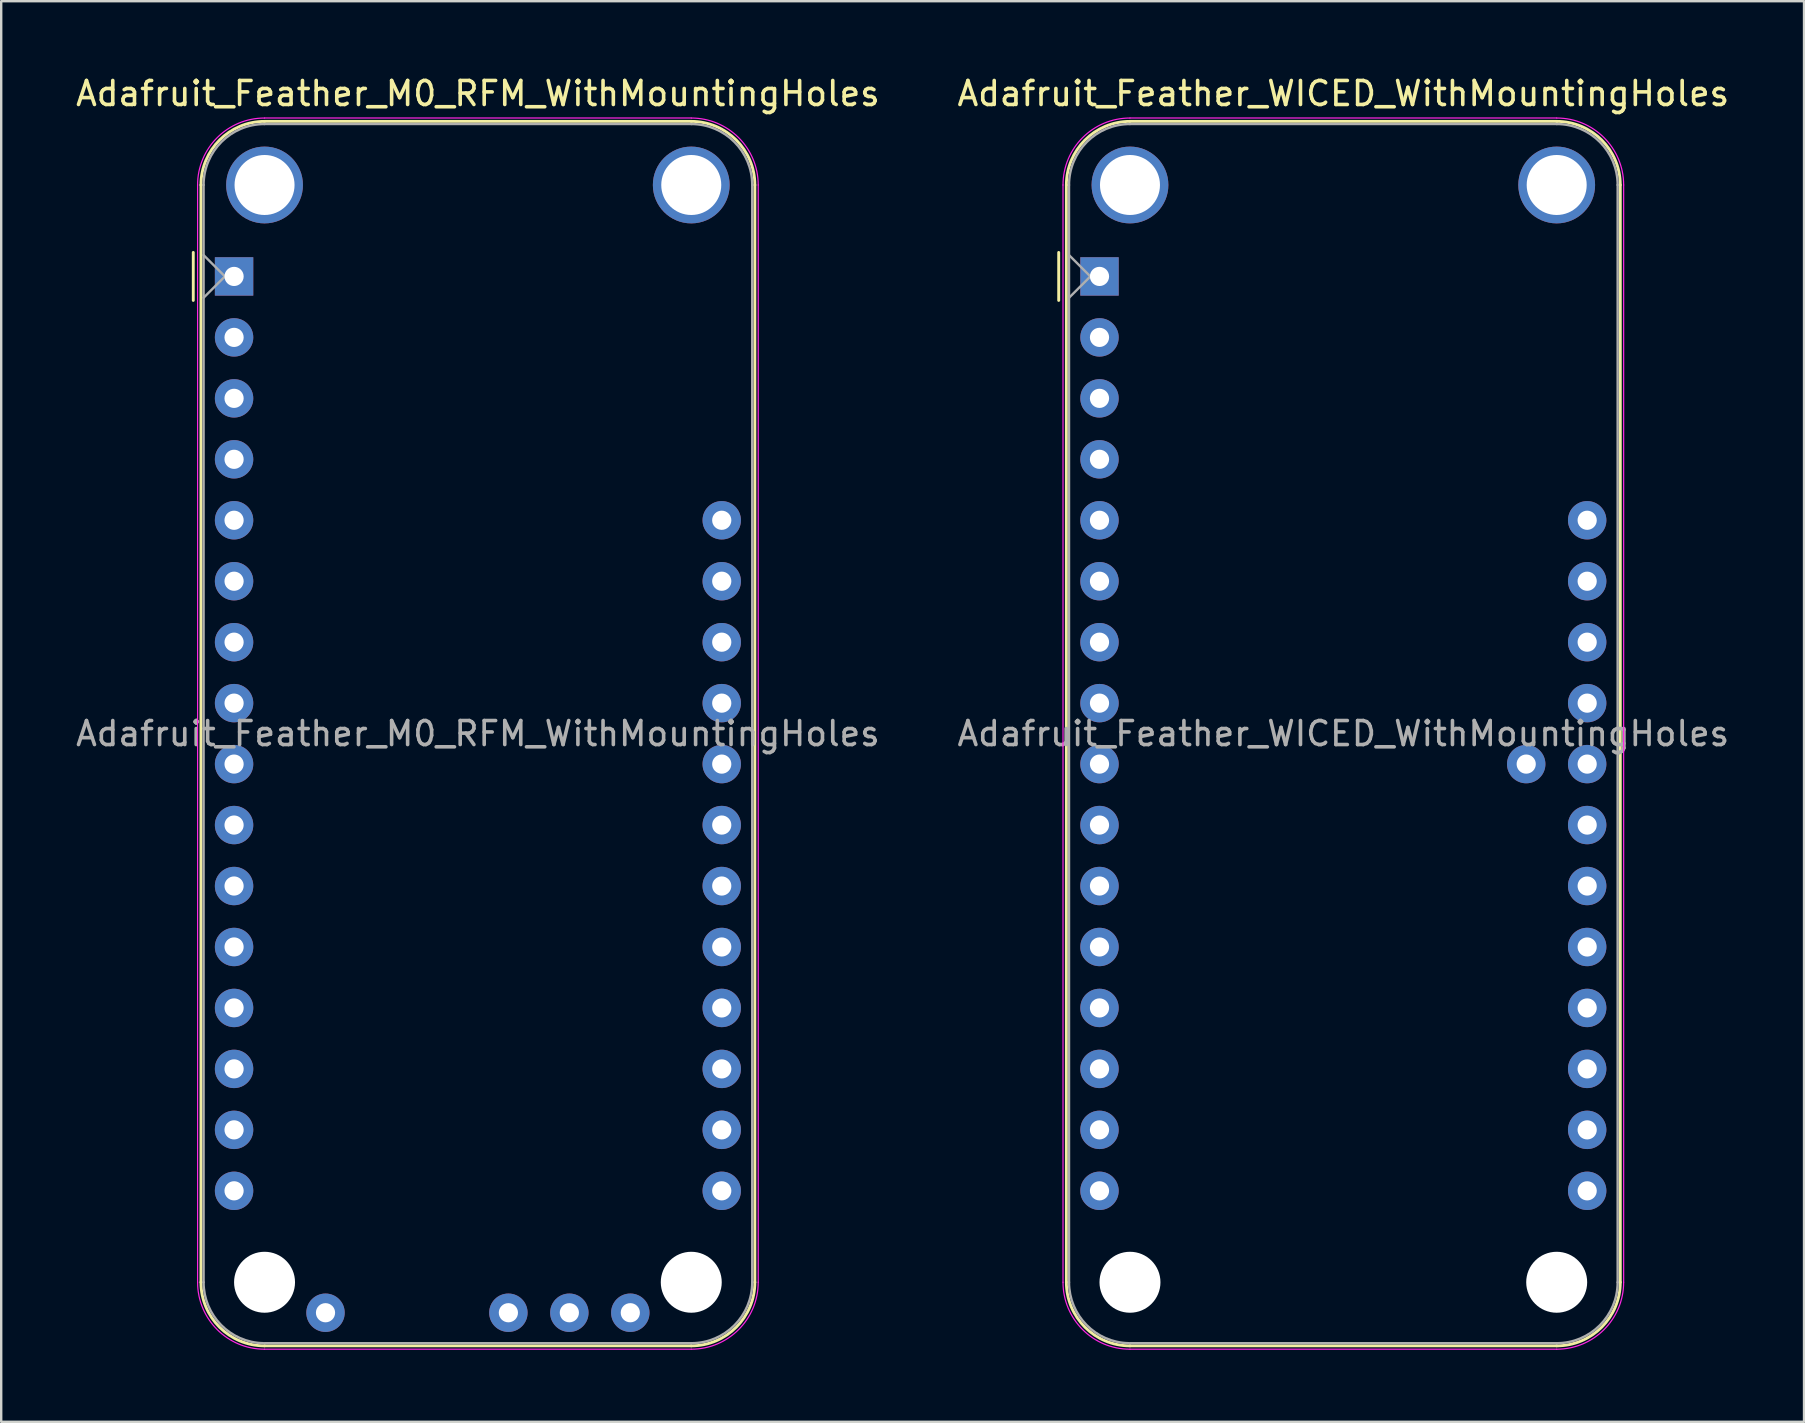
<source format=kicad_pcb>
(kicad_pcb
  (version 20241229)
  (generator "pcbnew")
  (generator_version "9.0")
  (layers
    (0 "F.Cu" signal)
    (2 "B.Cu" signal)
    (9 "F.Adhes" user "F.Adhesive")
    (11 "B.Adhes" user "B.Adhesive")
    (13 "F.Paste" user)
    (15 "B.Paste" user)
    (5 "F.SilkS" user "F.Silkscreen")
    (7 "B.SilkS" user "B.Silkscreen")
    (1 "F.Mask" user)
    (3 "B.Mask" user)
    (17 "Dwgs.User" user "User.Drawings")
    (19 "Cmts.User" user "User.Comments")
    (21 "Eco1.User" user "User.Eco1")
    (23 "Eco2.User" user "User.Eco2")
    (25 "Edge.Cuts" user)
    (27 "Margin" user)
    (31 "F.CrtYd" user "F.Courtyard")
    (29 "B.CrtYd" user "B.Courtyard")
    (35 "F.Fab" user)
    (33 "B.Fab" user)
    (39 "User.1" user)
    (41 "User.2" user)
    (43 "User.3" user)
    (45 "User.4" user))
  (footprint "Adafruit_Feather_WICED_WithMountingHoles"
    (layer "F.Cu")
    (at 42.763 8.468)
    (property "Reference" "Adafruit_Feather_WICED_WithMountingHoles" (at 10.16 -7.62 0) (layer "F.SilkS") (effects (font (size 1 1) (thickness 0.15))))
    (attr through_hole)
    (fp_line (start -1.7 1) (end -1.7 -1) (stroke (width 0.12) (type solid)) (layer "F.SilkS"))
    (fp_line (start -1.38 -3.81) (end -1.38 41.91) (stroke (width 0.12) (type solid)) (layer "F.SilkS"))
    (fp_line (start 19.05 -6.46) (end 1.27 -6.46) (stroke (width 0.12) (type solid)) (layer "F.SilkS"))
    (fp_line (start 19.05 44.56) (end 1.27 44.56) (stroke (width 0.12) (type solid)) (layer "F.SilkS"))
    (fp_line (start 21.7 -3.81) (end 21.7 41.91) (stroke (width 0.12) (type solid)) (layer "F.SilkS"))
    (fp_arc (start -1.38 -3.81) (mid -0.603833 -5.683833) (end 1.27 -6.46) (stroke (width 0.12) (type solid)) (layer "F.SilkS"))
    (fp_arc (start 1.27 44.56) (mid -0.603833 43.783833) (end -1.38 41.91) (stroke (width 0.12) (type solid)) (layer "F.SilkS"))
    (fp_arc (start 19.05 -6.46) (mid 20.923833 -5.683833) (end 21.7 -3.81) (stroke (width 0.12) (type solid)) (layer "F.SilkS"))
    (fp_arc (start 21.7 41.91) (mid 20.923833 43.783833) (end 19.05 44.56) (stroke (width 0.12) (type solid)) (layer "F.SilkS"))
    (fp_line (start -1.52 41.91) (end -1.52 -3.81) (stroke (width 0.05) (type solid)) (layer "F.CrtYd"))
    (fp_line (start 19.05 -6.6) (end 1.27 -6.6) (stroke (width 0.05) (type solid)) (layer "F.CrtYd"))
    (fp_line (start 19.05 44.7) (end 1.27 44.7) (stroke (width 0.05) (type solid)) (layer "F.CrtYd"))
    (fp_line (start 21.84 41.91) (end 21.84 -3.81) (stroke (width 0.05) (type solid)) (layer "F.CrtYd"))
    (fp_arc (start -1.52 -3.81) (mid -0.702828 -5.782828) (end 1.27 -6.6) (stroke (width 0.05) (type solid)) (layer "F.CrtYd"))
    (fp_arc (start 1.27 44.7) (mid -0.702828 43.882828) (end -1.52 41.91) (stroke (width 0.05) (type solid)) (layer "F.CrtYd"))
    (fp_arc (start 19.05 -6.6) (mid 21.022828 -5.782828) (end 21.84 -3.81) (stroke (width 0.05) (type solid)) (layer "F.CrtYd"))
    (fp_arc (start 21.84 41.91) (mid 21.022828 43.882828) (end 19.05 44.7) (stroke (width 0.05) (type solid)) (layer "F.CrtYd"))
    (fp_line (start -1.27 -3.81) (end -1.27 41.91) (stroke (width 0.1) (type solid)) (layer "F.Fab"))
    (fp_line (start -1.27 -0.889) (end -0.381 0) (stroke (width 0.1) (type solid)) (layer "F.Fab"))
    (fp_line (start -0.381 0) (end -1.27 0.889) (stroke (width 0.1) (type solid)) (layer "F.Fab"))
    (fp_line (start 1.27 44.45) (end 19.05 44.45) (stroke (width 0.1) (type solid)) (layer "F.Fab"))
    (fp_line (start 19.05 -6.35) (end 1.27 -6.35) (stroke (width 0.1) (type solid)) (layer "F.Fab"))
    (fp_line (start 21.59 41.91) (end 21.59 -3.81) (stroke (width 0.1) (type solid)) (layer "F.Fab"))
    (fp_arc (start -1.27 -3.81) (mid -0.526051 -5.606051) (end 1.27 -6.35) (stroke (width 0.1) (type solid)) (layer "F.Fab"))
    (fp_arc (start 1.221238 44.449532) (mid -0.543209 43.688728) (end -1.27 41.91) (stroke (width 0.1) (type solid)) (layer "F.Fab"))
    (fp_arc (start 19.05 -6.35) (mid 20.846051 -5.606051) (end 21.59 -3.81) (stroke (width 0.1) (type solid)) (layer "F.Fab"))
    (fp_arc (start 21.59 41.91) (mid 20.846051 43.706051) (end 19.05 44.45) (stroke (width 0.1) (type solid)) (layer "F.Fab"))
    (fp_text user "${REFERENCE}" (at 10.16 19.05 180) (layer "F.Fab") (effects (font (size 1 1) (thickness 0.15))))
    (pad "" np_thru_hole circle (at 1.27 -3.81 270) (size 3.2 3.2) (drill 2.5) (layers "*.Cu" "*.Mask"))
    (pad "" np_thru_hole circle (at 1.27 41.91 270) (size 2.54 2.54) (drill 2.54) (layers "*.Cu" "*.Mask"))
    (pad "" np_thru_hole circle (at 19.05 -3.81 270) (size 3.2 3.2) (drill 2.5) (layers "*.Cu" "*.Mask"))
    (pad "" np_thru_hole circle (at 19.05 41.91 270) (size 2.54 2.54) (drill 2.54) (layers "*.Cu" "*.Mask"))
    (pad "1" thru_hole rect (at 0 0 180) (size 1.6 1.6) (drill 0.8) (layers "*.Cu" "*.Mask"))
    (pad "2" thru_hole circle (at 0 2.54 180) (size 1.6 1.6) (drill 0.8) (layers "*.Cu" "*.Mask"))
    (pad "3" thru_hole circle (at 0 5.08 180) (size 1.6 1.6) (drill 0.8) (layers "*.Cu" "*.Mask"))
    (pad "4" thru_hole circle (at 0 7.62 180) (size 1.6 1.6) (drill 0.8) (layers "*.Cu" "*.Mask"))
    (pad "5" thru_hole circle (at 0 10.16 180) (size 1.6 1.6) (drill 0.8) (layers "*.Cu" "*.Mask"))
    (pad "6" thru_hole circle (at 0 12.7 180) (size 1.6 1.6) (drill 0.8) (layers "*.Cu" "*.Mask"))
    (pad "7" thru_hole circle (at 0 15.24 180) (size 1.6 1.6) (drill 0.8) (layers "*.Cu" "*.Mask"))
    (pad "8" thru_hole circle (at 0 17.78 180) (size 1.6 1.6) (drill 0.8) (layers "*.Cu" "*.Mask"))
    (pad "9" thru_hole circle (at 0 20.32 180) (size 1.6 1.6) (drill 0.8) (layers "*.Cu" "*.Mask"))
    (pad "10" thru_hole circle (at 0 22.86 180) (size 1.6 1.6) (drill 0.8) (layers "*.Cu" "*.Mask"))
    (pad "11" thru_hole circle (at 0 25.4 180) (size 1.6 1.6) (drill 0.8) (layers "*.Cu" "*.Mask"))
    (pad "12" thru_hole circle (at 0 27.94 180) (size 1.6 1.6) (drill 0.8) (layers "*.Cu" "*.Mask"))
    (pad "13" thru_hole circle (at 0 30.48 180) (size 1.6 1.6) (drill 0.8) (layers "*.Cu" "*.Mask"))
    (pad "14" thru_hole circle (at 0 33.02 180) (size 1.6 1.6) (drill 0.8) (layers "*.Cu" "*.Mask"))
    (pad "15" thru_hole circle (at 0 35.56 180) (size 1.6 1.6) (drill 0.8) (layers "*.Cu" "*.Mask"))
    (pad "16" thru_hole circle (at 0 38.1 180) (size 1.6 1.6) (drill 0.8) (layers "*.Cu" "*.Mask"))
    (pad "17" thru_hole circle (at 20.32 38.1 180) (size 1.6 1.6) (drill 0.8) (layers "*.Cu" "*.Mask"))
    (pad "18" thru_hole circle (at 20.32 35.56 180) (size 1.6 1.6) (drill 0.8) (layers "*.Cu" "*.Mask"))
    (pad "19" thru_hole circle (at 20.32 33.02 180) (size 1.6 1.6) (drill 0.8) (layers "*.Cu" "*.Mask"))
    (pad "20" thru_hole circle (at 20.32 30.48 180) (size 1.6 1.6) (drill 0.8) (layers "*.Cu" "*.Mask"))
    (pad "21" thru_hole circle (at 20.32 27.94 180) (size 1.6 1.6) (drill 0.8) (layers "*.Cu" "*.Mask"))
    (pad "22" thru_hole circle (at 20.32 25.4 180) (size 1.6 1.6) (drill 0.8) (layers "*.Cu" "*.Mask"))
    (pad "23" thru_hole circle (at 20.32 22.86 180) (size 1.6 1.6) (drill 0.8) (layers "*.Cu" "*.Mask"))
    (pad "24" thru_hole circle (at 20.32 20.32 180) (size 1.6 1.6) (drill 0.8) (layers "*.Cu" "*.Mask"))
    (pad "25" thru_hole circle (at 20.32 17.78 180) (size 1.6 1.6) (drill 0.8) (layers "*.Cu" "*.Mask"))
    (pad "26" thru_hole circle (at 20.32 15.24 180) (size 1.6 1.6) (drill 0.8) (layers "*.Cu" "*.Mask"))
    (pad "27" thru_hole circle (at 20.32 12.7 180) (size 1.6 1.6) (drill 0.8) (layers "*.Cu" "*.Mask"))
    (pad "28" thru_hole circle (at 20.32 10.16 180) (size 1.6 1.6) (drill 0.8) (layers "*.Cu" "*.Mask"))
    (pad "29" thru_hole circle (at 17.78 20.32 180) (size 1.6 1.6) (drill 0.8) (layers "*.Cu" "*.Mask")))
  (footprint "Adafruit_Feather_M0_RFM_WithMountingHoles"
    (layer "F.Cu")
    (at 6.703 8.468)
    (property "Reference" "Adafruit_Feather_M0_RFM_WithMountingHoles" (at 10.16 -7.62 0) (layer "F.SilkS") (effects (font (size 1 1) (thickness 0.15))))
    (attr through_hole)
    (fp_line (start -1.7 1) (end -1.7 -1) (stroke (width 0.12) (type solid)) (layer "F.SilkS"))
    (fp_line (start -1.38 -3.81) (end -1.38 41.91) (stroke (width 0.12) (type solid)) (layer "F.SilkS"))
    (fp_line (start 19.05 -6.46) (end 1.27 -6.46) (stroke (width 0.12) (type solid)) (layer "F.SilkS"))
    (fp_line (start 19.05 44.56) (end 1.27 44.56) (stroke (width 0.12) (type solid)) (layer "F.SilkS"))
    (fp_line (start 21.7 -3.81) (end 21.7 41.91) (stroke (width 0.12) (type solid)) (layer "F.SilkS"))
    (fp_arc (start -1.38 -3.81) (mid -0.603833 -5.683833) (end 1.27 -6.46) (stroke (width 0.12) (type solid)) (layer "F.SilkS"))
    (fp_arc (start 1.27 44.56) (mid -0.603833 43.783833) (end -1.38 41.91) (stroke (width 0.12) (type solid)) (layer "F.SilkS"))
    (fp_arc (start 19.05 -6.46) (mid 20.923833 -5.683833) (end 21.7 -3.81) (stroke (width 0.12) (type solid)) (layer "F.SilkS"))
    (fp_arc (start 21.7 41.91) (mid 20.923833 43.783833) (end 19.05 44.56) (stroke (width 0.12) (type solid)) (layer "F.SilkS"))
    (fp_line (start -1.52 41.91) (end -1.52 -3.81) (stroke (width 0.05) (type solid)) (layer "F.CrtYd"))
    (fp_line (start 19.05 -6.6) (end 1.27 -6.6) (stroke (width 0.05) (type solid)) (layer "F.CrtYd"))
    (fp_line (start 19.05 44.7) (end 1.27 44.7) (stroke (width 0.05) (type solid)) (layer "F.CrtYd"))
    (fp_line (start 21.84 41.91) (end 21.84 -3.81) (stroke (width 0.05) (type solid)) (layer "F.CrtYd"))
    (fp_arc (start -1.52 -3.81) (mid -0.702828 -5.782828) (end 1.27 -6.6) (stroke (width 0.05) (type solid)) (layer "F.CrtYd"))
    (fp_arc (start 1.27 44.7) (mid -0.702828 43.882828) (end -1.52 41.91) (stroke (width 0.05) (type solid)) (layer "F.CrtYd"))
    (fp_arc (start 19.05 -6.6) (mid 21.022828 -5.782828) (end 21.84 -3.81) (stroke (width 0.05) (type solid)) (layer "F.CrtYd"))
    (fp_arc (start 21.84 41.91) (mid 21.022828 43.882828) (end 19.05 44.7) (stroke (width 0.05) (type solid)) (layer "F.CrtYd"))
    (fp_line (start -1.27 -3.81) (end -1.27 41.91) (stroke (width 0.1) (type solid)) (layer "F.Fab"))
    (fp_line (start -1.27 -0.889) (end -0.381 0) (stroke (width 0.1) (type solid)) (layer "F.Fab"))
    (fp_line (start -0.381 0) (end -1.27 0.889) (stroke (width 0.1) (type solid)) (layer "F.Fab"))
    (fp_line (start 1.27 44.45) (end 19.05 44.45) (stroke (width 0.1) (type solid)) (layer "F.Fab"))
    (fp_line (start 19.05 -6.35) (end 1.27 -6.35) (stroke (width 0.1) (type solid)) (layer "F.Fab"))
    (fp_line (start 21.59 41.91) (end 21.59 -3.81) (stroke (width 0.1) (type solid)) (layer "F.Fab"))
    (fp_arc (start -1.27 -3.81) (mid -0.526051 -5.606051) (end 1.27 -6.35) (stroke (width 0.1) (type solid)) (layer "F.Fab"))
    (fp_arc (start 1.221238 44.449532) (mid -0.543209 43.688728) (end -1.27 41.91) (stroke (width 0.1) (type solid)) (layer "F.Fab"))
    (fp_arc (start 19.05 -6.35) (mid 20.846051 -5.606051) (end 21.59 -3.81) (stroke (width 0.1) (type solid)) (layer "F.Fab"))
    (fp_arc (start 21.59 41.91) (mid 20.846051 43.706051) (end 19.05 44.45) (stroke (width 0.1) (type solid)) (layer "F.Fab"))
    (fp_text user "${REFERENCE}" (at 10.16 19.05 180) (layer "F.Fab") (effects (font (size 1 1) (thickness 0.15))))
    (pad "" np_thru_hole circle (at 1.27 -3.81 270) (size 3.2 3.2) (drill 2.5) (layers "*.Cu" "*.Mask"))
    (pad "" np_thru_hole circle (at 1.27 41.91 270) (size 2.54 2.54) (drill 2.54) (layers "*.Cu" "*.Mask"))
    (pad "" np_thru_hole circle (at 19.05 -3.81 270) (size 3.2 3.2) (drill 2.5) (layers "*.Cu" "*.Mask"))
    (pad "" np_thru_hole circle (at 19.05 41.91 270) (size 2.54 2.54) (drill 2.54) (layers "*.Cu" "*.Mask"))
    (pad "1" thru_hole rect (at 0 0 180) (size 1.6 1.6) (drill 0.8) (layers "*.Cu" "*.Mask"))
    (pad "2" thru_hole circle (at 0 2.54 180) (size 1.6 1.6) (drill 0.8) (layers "*.Cu" "*.Mask"))
    (pad "3" thru_hole circle (at 0 5.08 180) (size 1.6 1.6) (drill 0.8) (layers "*.Cu" "*.Mask"))
    (pad "4" thru_hole circle (at 0 7.62 180) (size 1.6 1.6) (drill 0.8) (layers "*.Cu" "*.Mask"))
    (pad "5" thru_hole circle (at 0 10.16 180) (size 1.6 1.6) (drill 0.8) (layers "*.Cu" "*.Mask"))
    (pad "6" thru_hole circle (at 0 12.7 180) (size 1.6 1.6) (drill 0.8) (layers "*.Cu" "*.Mask"))
    (pad "7" thru_hole circle (at 0 15.24 180) (size 1.6 1.6) (drill 0.8) (layers "*.Cu" "*.Mask"))
    (pad "8" thru_hole circle (at 0 17.78 180) (size 1.6 1.6) (drill 0.8) (layers "*.Cu" "*.Mask"))
    (pad "9" thru_hole circle (at 0 20.32 180) (size 1.6 1.6) (drill 0.8) (layers "*.Cu" "*.Mask"))
    (pad "10" thru_hole circle (at 0 22.86 180) (size 1.6 1.6) (drill 0.8) (layers "*.Cu" "*.Mask"))
    (pad "11" thru_hole circle (at 0 25.4 180) (size 1.6 1.6) (drill 0.8) (layers "*.Cu" "*.Mask"))
    (pad "12" thru_hole circle (at 0 27.94 180) (size 1.6 1.6) (drill 0.8) (layers "*.Cu" "*.Mask"))
    (pad "13" thru_hole circle (at 0 30.48 180) (size 1.6 1.6) (drill 0.8) (layers "*.Cu" "*.Mask"))
    (pad "14" thru_hole circle (at 0 33.02 180) (size 1.6 1.6) (drill 0.8) (layers "*.Cu" "*.Mask"))
    (pad "15" thru_hole circle (at 0 35.56 180) (size 1.6 1.6) (drill 0.8) (layers "*.Cu" "*.Mask"))
    (pad "16" thru_hole circle (at 0 38.1 180) (size 1.6 1.6) (drill 0.8) (layers "*.Cu" "*.Mask"))
    (pad "17" thru_hole circle (at 20.32 38.1 180) (size 1.6 1.6) (drill 0.8) (layers "*.Cu" "*.Mask"))
    (pad "18" thru_hole circle (at 20.32 35.56 180) (size 1.6 1.6) (drill 0.8) (layers "*.Cu" "*.Mask"))
    (pad "19" thru_hole circle (at 20.32 33.02 180) (size 1.6 1.6) (drill 0.8) (layers "*.Cu" "*.Mask"))
    (pad "20" thru_hole circle (at 20.32 30.48 180) (size 1.6 1.6) (drill 0.8) (layers "*.Cu" "*.Mask"))
    (pad "21" thru_hole circle (at 20.32 27.94 180) (size 1.6 1.6) (drill 0.8) (layers "*.Cu" "*.Mask"))
    (pad "22" thru_hole circle (at 20.32 25.4 180) (size 1.6 1.6) (drill 0.8) (layers "*.Cu" "*.Mask"))
    (pad "23" thru_hole circle (at 20.32 22.86 180) (size 1.6 1.6) (drill 0.8) (layers "*.Cu" "*.Mask"))
    (pad "24" thru_hole circle (at 20.32 20.32 180) (size 1.6 1.6) (drill 0.8) (layers "*.Cu" "*.Mask"))
    (pad "25" thru_hole circle (at 20.32 17.78 180) (size 1.6 1.6) (drill 0.8) (layers "*.Cu" "*.Mask"))
    (pad "26" thru_hole circle (at 20.32 15.24 180) (size 1.6 1.6) (drill 0.8) (layers "*.Cu" "*.Mask"))
    (pad "27" thru_hole circle (at 20.32 12.7 180) (size 1.6 1.6) (drill 0.8) (layers "*.Cu" "*.Mask"))
    (pad "28" thru_hole circle (at 20.32 10.16 180) (size 1.6 1.6) (drill 0.8) (layers "*.Cu" "*.Mask"))
    (pad "29" thru_hole circle (at 3.81 43.18 180) (size 1.6 1.6) (drill 0.8) (layers "*.Cu" "*.Mask"))
    (pad "30" thru_hole circle (at 11.43 43.18 180) (size 1.6 1.6) (drill 0.8) (layers "*.Cu" "*.Mask"))
    (pad "31" thru_hole circle (at 13.97 43.18 180) (size 1.6 1.6) (drill 0.8) (layers "*.Cu" "*.Mask"))
    (pad "32" thru_hole circle (at 16.51 43.18 180) (size 1.6 1.6) (drill 0.8) (layers "*.Cu" "*.Mask")))
  (gr_rect
    (start -3 -3)
    (end 72.119 56.193)
    (stroke (width 0.1) (type default))
    (fill no)
    (layer "Edge.Cuts")))
</source>
